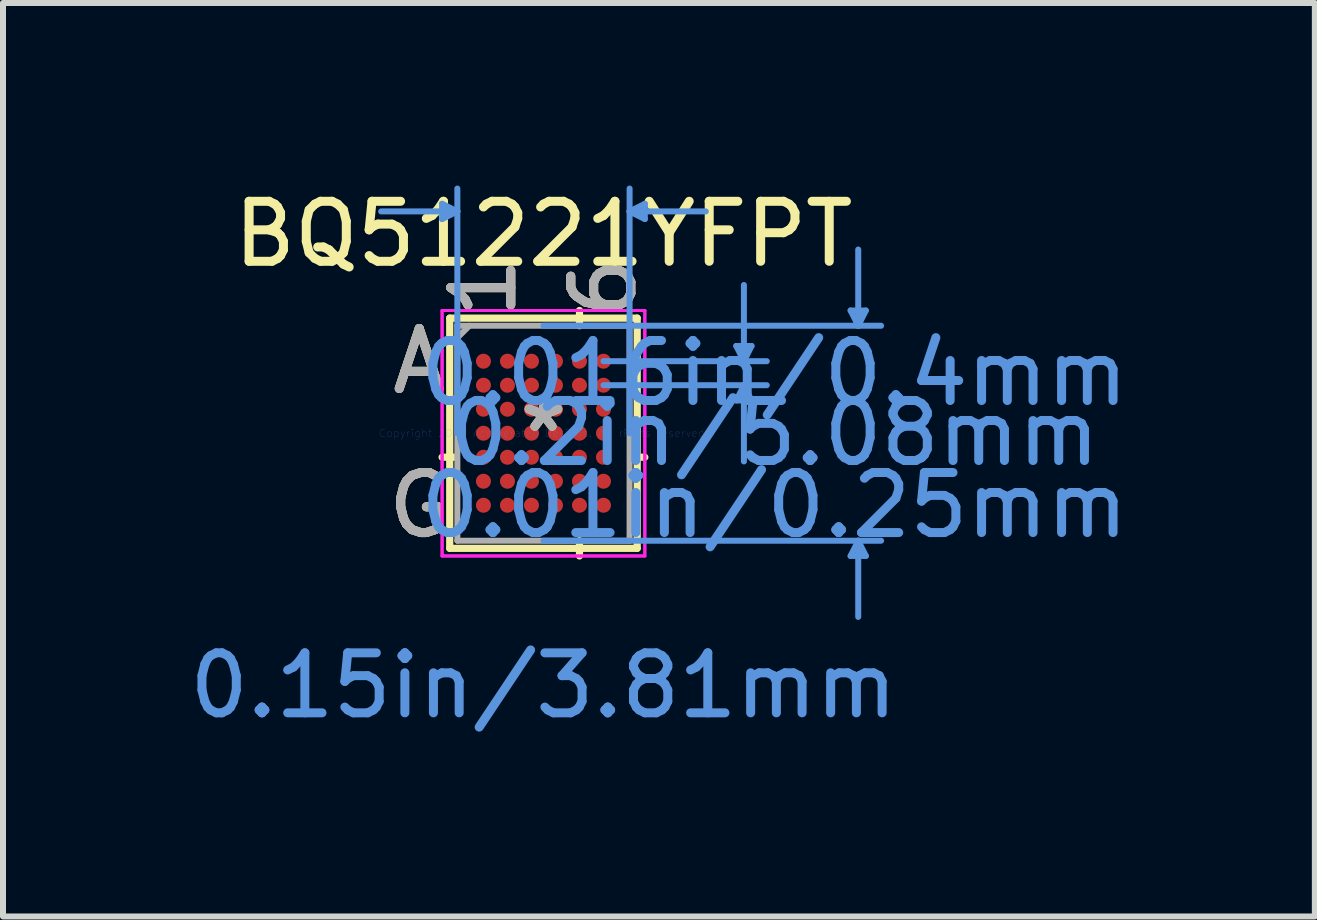
<source format=kicad_pcb>
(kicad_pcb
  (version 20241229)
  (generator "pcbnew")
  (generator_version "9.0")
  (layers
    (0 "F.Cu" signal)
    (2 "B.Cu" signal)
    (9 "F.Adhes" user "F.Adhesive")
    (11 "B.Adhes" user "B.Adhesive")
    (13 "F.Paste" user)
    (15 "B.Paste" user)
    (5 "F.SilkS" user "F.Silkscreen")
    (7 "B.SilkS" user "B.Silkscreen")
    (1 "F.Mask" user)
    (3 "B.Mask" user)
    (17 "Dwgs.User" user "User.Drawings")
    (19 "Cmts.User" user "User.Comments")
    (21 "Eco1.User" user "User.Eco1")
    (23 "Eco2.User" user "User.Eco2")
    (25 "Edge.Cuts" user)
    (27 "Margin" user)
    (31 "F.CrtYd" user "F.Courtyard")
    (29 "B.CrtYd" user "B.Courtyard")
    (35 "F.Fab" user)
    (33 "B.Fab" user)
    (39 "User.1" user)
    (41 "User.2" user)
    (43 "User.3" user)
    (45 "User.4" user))
  (footprint "BQ51221YFPT"
    (layer "F.Cu")
    (at 6.006 4.169)
    (property "Reference" "BQ51221YFPT" (at 0 -3.32 0) (layer "F.SilkS") (effects (font (size 1 1) (thickness 0.15))))
    (attr through_hole)
    (fp_line (start -1.562 -1.918) (end -1.562 1.918) (stroke (width 0.12) (type solid)) (layer "F.SilkS"))
    (fp_line (start -1.562 1.918) (end 1.562 1.918) (stroke (width 0.12) (type solid)) (layer "F.SilkS"))
    (fp_line (start -1.458 0.4) (end -1.689 0.4) (stroke (width 0.12) (type solid)) (layer "F.SilkS"))
    (fp_line (start 0.6 -1.791) (end 0.6 -2.045) (stroke (width 0.12) (type solid)) (layer "F.SilkS"))
    (fp_line (start 0.6 1.791) (end 0.6 2.045) (stroke (width 0.12) (type solid)) (layer "F.SilkS"))
    (fp_line (start 1.458 0.4) (end 1.689 0.4) (stroke (width 0.12) (type solid)) (layer "F.SilkS"))
    (fp_line (start 1.562 -1.918) (end -1.562 -1.918) (stroke (width 0.12) (type solid)) (layer "F.SilkS"))
    (fp_line (start 1.562 1.918) (end 1.562 -1.918) (stroke (width 0.12) (type solid)) (layer "F.SilkS"))
    (fp_line (start -1.689 -3.823) (end -1.689 -3.569) (stroke (width 0.1) (type solid)) (layer "Cmts.User"))
    (fp_line (start -1.435 -3.696) (end -2.705 -3.696) (stroke (width 0.1) (type solid)) (layer "Cmts.User"))
    (fp_line (start -1.435 -3.696) (end -1.689 -3.823) (stroke (width 0.1) (type solid)) (layer "Cmts.User"))
    (fp_line (start -1.435 -3.696) (end -1.689 -3.569) (stroke (width 0.1) (type solid)) (layer "Cmts.User"))
    (fp_line (start -1.435 0) (end -1.435 -4.077) (stroke (width 0.1) (type solid)) (layer "Cmts.User"))
    (fp_line (start 0 -1.791) (end 5.626 -1.791) (stroke (width 0.1) (type solid)) (layer "Cmts.User"))
    (fp_line (start 0 1.791) (end 5.626 1.791) (stroke (width 0.1) (type solid)) (layer "Cmts.User"))
    (fp_line (start 1 -1.2) (end 3.721 -1.2) (stroke (width 0.1) (type solid)) (layer "Cmts.User"))
    (fp_line (start 1 -0.8) (end 3.721 -0.8) (stroke (width 0.1) (type solid)) (layer "Cmts.User"))
    (fp_line (start 1.435 -3.696) (end 1.689 -3.823) (stroke (width 0.1) (type solid)) (layer "Cmts.User"))
    (fp_line (start 1.435 -3.696) (end 1.689 -3.569) (stroke (width 0.1) (type solid)) (layer "Cmts.User"))
    (fp_line (start 1.435 -3.696) (end 2.705 -3.696) (stroke (width 0.1) (type solid)) (layer "Cmts.User"))
    (fp_line (start 1.435 0) (end 1.435 -4.077) (stroke (width 0.1) (type solid)) (layer "Cmts.User"))
    (fp_line (start 1.689 -3.823) (end 1.689 -3.569) (stroke (width 0.1) (type solid)) (layer "Cmts.User"))
    (fp_line (start 3.213 -1.454) (end 3.467 -1.454) (stroke (width 0.1) (type solid)) (layer "Cmts.User"))
    (fp_line (start 3.213 -0.546) (end 3.467 -0.546) (stroke (width 0.1) (type solid)) (layer "Cmts.User"))
    (fp_line (start 3.34 -1.2) (end 3.213 -1.454) (stroke (width 0.1) (type solid)) (layer "Cmts.User"))
    (fp_line (start 3.34 -1.2) (end 3.34 -2.47) (stroke (width 0.1) (type solid)) (layer "Cmts.User"))
    (fp_line (start 3.34 -1.2) (end 3.467 -1.454) (stroke (width 0.1) (type solid)) (layer "Cmts.User"))
    (fp_line (start 3.34 -0.8) (end 3.213 -0.546) (stroke (width 0.1) (type solid)) (layer "Cmts.User"))
    (fp_line (start 3.34 -0.8) (end 3.34 0.47) (stroke (width 0.1) (type solid)) (layer "Cmts.User"))
    (fp_line (start 3.34 -0.8) (end 3.467 -0.546) (stroke (width 0.1) (type solid)) (layer "Cmts.User"))
    (fp_line (start 5.118 -2.045) (end 5.372 -2.045) (stroke (width 0.1) (type solid)) (layer "Cmts.User"))
    (fp_line (start 5.118 2.045) (end 5.372 2.045) (stroke (width 0.1) (type solid)) (layer "Cmts.User"))
    (fp_line (start 5.245 -1.791) (end 5.118 -2.045) (stroke (width 0.1) (type solid)) (layer "Cmts.User"))
    (fp_line (start 5.245 -1.791) (end 5.245 -3.061) (stroke (width 0.1) (type solid)) (layer "Cmts.User"))
    (fp_line (start 5.245 -1.791) (end 5.372 -2.045) (stroke (width 0.1) (type solid)) (layer "Cmts.User"))
    (fp_line (start 5.245 1.791) (end 5.118 2.045) (stroke (width 0.1) (type solid)) (layer "Cmts.User"))
    (fp_line (start 5.245 1.791) (end 5.245 3.061) (stroke (width 0.1) (type solid)) (layer "Cmts.User"))
    (fp_line (start 5.245 1.791) (end 5.372 2.045) (stroke (width 0.1) (type solid)) (layer "Cmts.User"))
    (fp_line (start -1.689 -2.045) (end 1.689 -2.045) (stroke (width 0.05) (type solid)) (layer "F.CrtYd"))
    (fp_line (start -1.689 -2.045) (end 1.689 -2.045) (stroke (width 0.05) (type solid)) (layer "F.CrtYd"))
    (fp_line (start -1.689 2.045) (end -1.689 -2.045) (stroke (width 0.05) (type solid)) (layer "F.CrtYd"))
    (fp_line (start -1.689 2.045) (end -1.689 -2.045) (stroke (width 0.05) (type solid)) (layer "F.CrtYd"))
    (fp_line (start 1.689 -2.045) (end 1.689 2.045) (stroke (width 0.05) (type solid)) (layer "F.CrtYd"))
    (fp_line (start 1.689 -2.045) (end 1.689 2.045) (stroke (width 0.05) (type solid)) (layer "F.CrtYd"))
    (fp_line (start 1.689 2.045) (end -1.689 2.045) (stroke (width 0.05) (type solid)) (layer "F.CrtYd"))
    (fp_line (start 1.689 2.045) (end -1.689 2.045) (stroke (width 0.05) (type solid)) (layer "F.CrtYd"))
    (fp_line (start -1.435 -1.791) (end -1.435 1.791) (stroke (width 0.1) (type solid)) (layer "F.Fab"))
    (fp_line (start -1.435 1.791) (end 1.435 1.791) (stroke (width 0.1) (type solid)) (layer "F.Fab"))
    (fp_line (start -1.235 -1.791) (end -1.435 -1.591) (stroke (width 0.1) (type solid)) (layer "F.Fab"))
    (fp_line (start 1.435 -1.791) (end -1.435 -1.791) (stroke (width 0.1) (type solid)) (layer "F.Fab"))
    (fp_line (start 1.435 1.791) (end 1.435 -1.791) (stroke (width 0.1) (type solid)) (layer "F.Fab"))
    (fp_text user "*" (at 0 0 0) (layer "F.SilkS") (effects (font (size 1 1) (thickness 0.15))))
    (fp_text user "A" (at -2.07 -1.2 0) (layer "F.SilkS") (effects (font (size 1 1) (thickness 0.15))))
    (fp_text user "1" (at -1 -2.426 90) (layer "F.SilkS") (effects (font (size 1 1) (thickness 0.15))))
    (fp_text user "G" (at -2.07 1.2 0) (layer "F.SilkS") (effects (font (size 1 1) (thickness 0.15))))
    (fp_text user "6" (at 1 -2.426 90) (layer "F.SilkS") (effects (font (size 1 1) (thickness 0.15))))
    (fp_text user "G" (at -2.07 1.2 0) (layer "B.SilkS") (effects (font (size 1 1) (thickness 0.15))))
    (fp_text user "1" (at -1 -2.426 90) (layer "B.SilkS") (effects (font (size 1 1) (thickness 0.15))))
    (fp_text user "A" (at -2.07 -1.2 0) (layer "B.SilkS") (effects (font (size 1 1) (thickness 0.15))))
    (fp_text user "6" (at 1 -2.426 90) (layer "B.SilkS") (effects (font (size 1 1) (thickness 0.15))))
    (fp_text user "0.01in/0.25mm" (at 3.848 1.2 0) (layer "Cmts.User") (effects (font (size 1 1) (thickness 0.15))))
    (fp_text user "0.2in/5.08mm" (at 3.848 0 0) (layer "Cmts.User") (effects (font (size 1 1) (thickness 0.15))))
    (fp_text user "0.016in/0.4mm" (at 3.848 -1 0) (layer "Cmts.User") (effects (font (size 1 1) (thickness 0.15))))
    (fp_text user "0.15in/3.81mm" (at 0 4.204 0) (layer "Cmts.User") (effects (font (size 1 1) (thickness 0.15))))
    (fp_text user "Copyright 2021 Accelerated Designs. All rights reserved." (at 0 0 0) (layer "Cmts.User") (effects (font (size 0.127 0.127) (thickness 0.002))))
    (fp_text user "A" (at -2.07 -1.2 0) (layer "F.Fab") (effects (font (size 1 1) (thickness 0.15))))
    (fp_text user "G" (at -2.07 1.2 0) (layer "F.Fab") (effects (font (size 1 1) (thickness 0.15))))
    (fp_text user "1" (at -1 -2.426 90) (layer "F.Fab") (effects (font (size 1 1) (thickness 0.15))))
    (fp_text user "*" (at 0 0 0) (layer "F.Fab") (effects (font (size 1 1) (thickness 0.15))))
    (fp_text user "6" (at 1 -2.426 90) (layer "F.Fab") (effects (font (size 1 1) (thickness 0.15))))
    (pad "A1" smd circle (at -1 -1.2) (size 0.25 0.25) (layers "F.Cu" "F.Mask" "F.Paste"))
    (pad "A2" smd circle (at -0.6 -1.2) (size 0.25 0.25) (layers "F.Cu" "F.Mask" "F.Paste"))
    (pad "A3" smd circle (at -0.2 -1.2) (size 0.25 0.25) (layers "F.Cu" "F.Mask" "F.Paste"))
    (pad "A4" smd circle (at 0.2 -1.2) (size 0.25 0.25) (layers "F.Cu" "F.Mask" "F.Paste"))
    (pad "A5" smd circle (at 0.6 -1.2) (size 0.25 0.25) (layers "F.Cu" "F.Mask" "F.Paste"))
    (pad "A6" smd circle (at 1 -1.2) (size 0.25 0.25) (layers "F.Cu" "F.Mask" "F.Paste"))
    (pad "B1" smd circle (at -1 -0.8) (size 0.25 0.25) (layers "F.Cu" "F.Mask" "F.Paste"))
    (pad "B2" smd circle (at -0.6 -0.8) (size 0.25 0.25) (layers "F.Cu" "F.Mask" "F.Paste"))
    (pad "B3" smd circle (at -0.2 -0.8) (size 0.25 0.25) (layers "F.Cu" "F.Mask" "F.Paste"))
    (pad "B4" smd circle (at 0.2 -0.8) (size 0.25 0.25) (layers "F.Cu" "F.Mask" "F.Paste"))
    (pad "B5" smd circle (at 0.6 -0.8) (size 0.25 0.25) (layers "F.Cu" "F.Mask" "F.Paste"))
    (pad "B6" smd circle (at 1 -0.8) (size 0.25 0.25) (layers "F.Cu" "F.Mask" "F.Paste"))
    (pad "C1" smd circle (at -1 -0.4) (size 0.25 0.25) (layers "F.Cu" "F.Mask" "F.Paste"))
    (pad "C2" smd circle (at -0.6 -0.4) (size 0.25 0.25) (layers "F.Cu" "F.Mask" "F.Paste"))
    (pad "C3" smd circle (at -0.2 -0.4) (size 0.25 0.25) (layers "F.Cu" "F.Mask" "F.Paste"))
    (pad "C4" smd circle (at 0.2 -0.4) (size 0.25 0.25) (layers "F.Cu" "F.Mask" "F.Paste"))
    (pad "C5" smd circle (at 0.6 -0.4) (size 0.25 0.25) (layers "F.Cu" "F.Mask" "F.Paste"))
    (pad "C6" smd circle (at 1 -0.4) (size 0.25 0.25) (layers "F.Cu" "F.Mask" "F.Paste"))
    (pad "D1" smd circle (at -1 0) (size 0.25 0.25) (layers "F.Cu" "F.Mask" "F.Paste"))
    (pad "D2" smd circle (at -0.6 0) (size 0.25 0.25) (layers "F.Cu" "F.Mask" "F.Paste"))
    (pad "D3" smd circle (at -0.2 0) (size 0.25 0.25) (layers "F.Cu" "F.Mask" "F.Paste"))
    (pad "D4" smd circle (at 0.2 0) (size 0.25 0.25) (layers "F.Cu" "F.Mask" "F.Paste"))
    (pad "D5" smd circle (at 0.6 0) (size 0.25 0.25) (layers "F.Cu" "F.Mask" "F.Paste"))
    (pad "D6" smd circle (at 1 0) (size 0.25 0.25) (layers "F.Cu" "F.Mask" "F.Paste"))
    (pad "E1" smd circle (at -1 0.4) (size 0.25 0.25) (layers "F.Cu" "F.Mask" "F.Paste"))
    (pad "E2" smd circle (at -0.6 0.4) (size 0.25 0.25) (layers "F.Cu" "F.Mask" "F.Paste"))
    (pad "E3" smd circle (at -0.2 0.4) (size 0.25 0.25) (layers "F.Cu" "F.Mask" "F.Paste"))
    (pad "E4" smd circle (at 0.2 0.4) (size 0.25 0.25) (layers "F.Cu" "F.Mask" "F.Paste"))
    (pad "E5" smd circle (at 0.6 0.4) (size 0.25 0.25) (layers "F.Cu" "F.Mask" "F.Paste"))
    (pad "E6" smd circle (at 1 0.4) (size 0.25 0.25) (layers "F.Cu" "F.Mask" "F.Paste"))
    (pad "F1" smd circle (at -1 0.8) (size 0.25 0.25) (layers "F.Cu" "F.Mask" "F.Paste"))
    (pad "F2" smd circle (at -0.6 0.8) (size 0.25 0.25) (layers "F.Cu" "F.Mask" "F.Paste"))
    (pad "F3" smd circle (at -0.2 0.8) (size 0.25 0.25) (layers "F.Cu" "F.Mask" "F.Paste"))
    (pad "F4" smd circle (at 0.2 0.8) (size 0.25 0.25) (layers "F.Cu" "F.Mask" "F.Paste"))
    (pad "F5" smd circle (at 0.6 0.8) (size 0.25 0.25) (layers "F.Cu" "F.Mask" "F.Paste"))
    (pad "F6" smd circle (at 1 0.8) (size 0.25 0.25) (layers "F.Cu" "F.Mask" "F.Paste"))
    (pad "G1" smd circle (at -1 1.2) (size 0.25 0.25) (layers "F.Cu" "F.Mask" "F.Paste"))
    (pad "G2" smd circle (at -0.6 1.2) (size 0.25 0.25) (layers "F.Cu" "F.Mask" "F.Paste"))
    (pad "G3" smd circle (at -0.2 1.2) (size 0.25 0.25) (layers "F.Cu" "F.Mask" "F.Paste"))
    (pad "G4" smd circle (at 0.2 1.2) (size 0.25 0.25) (layers "F.Cu" "F.Mask" "F.Paste"))
    (pad "G5" smd circle (at 0.6 1.2) (size 0.25 0.25) (layers "F.Cu" "F.Mask" "F.Paste"))
    (pad "G6" smd circle (at 1 1.2) (size 0.25 0.25) (layers "F.Cu" "F.Mask" "F.Paste")))
  (gr_rect
    (start -3 -3)
    (end 18.86 12.221)
    (stroke (width 0.1) (type default))
    (fill no)
    (layer "Edge.Cuts")))
</source>
